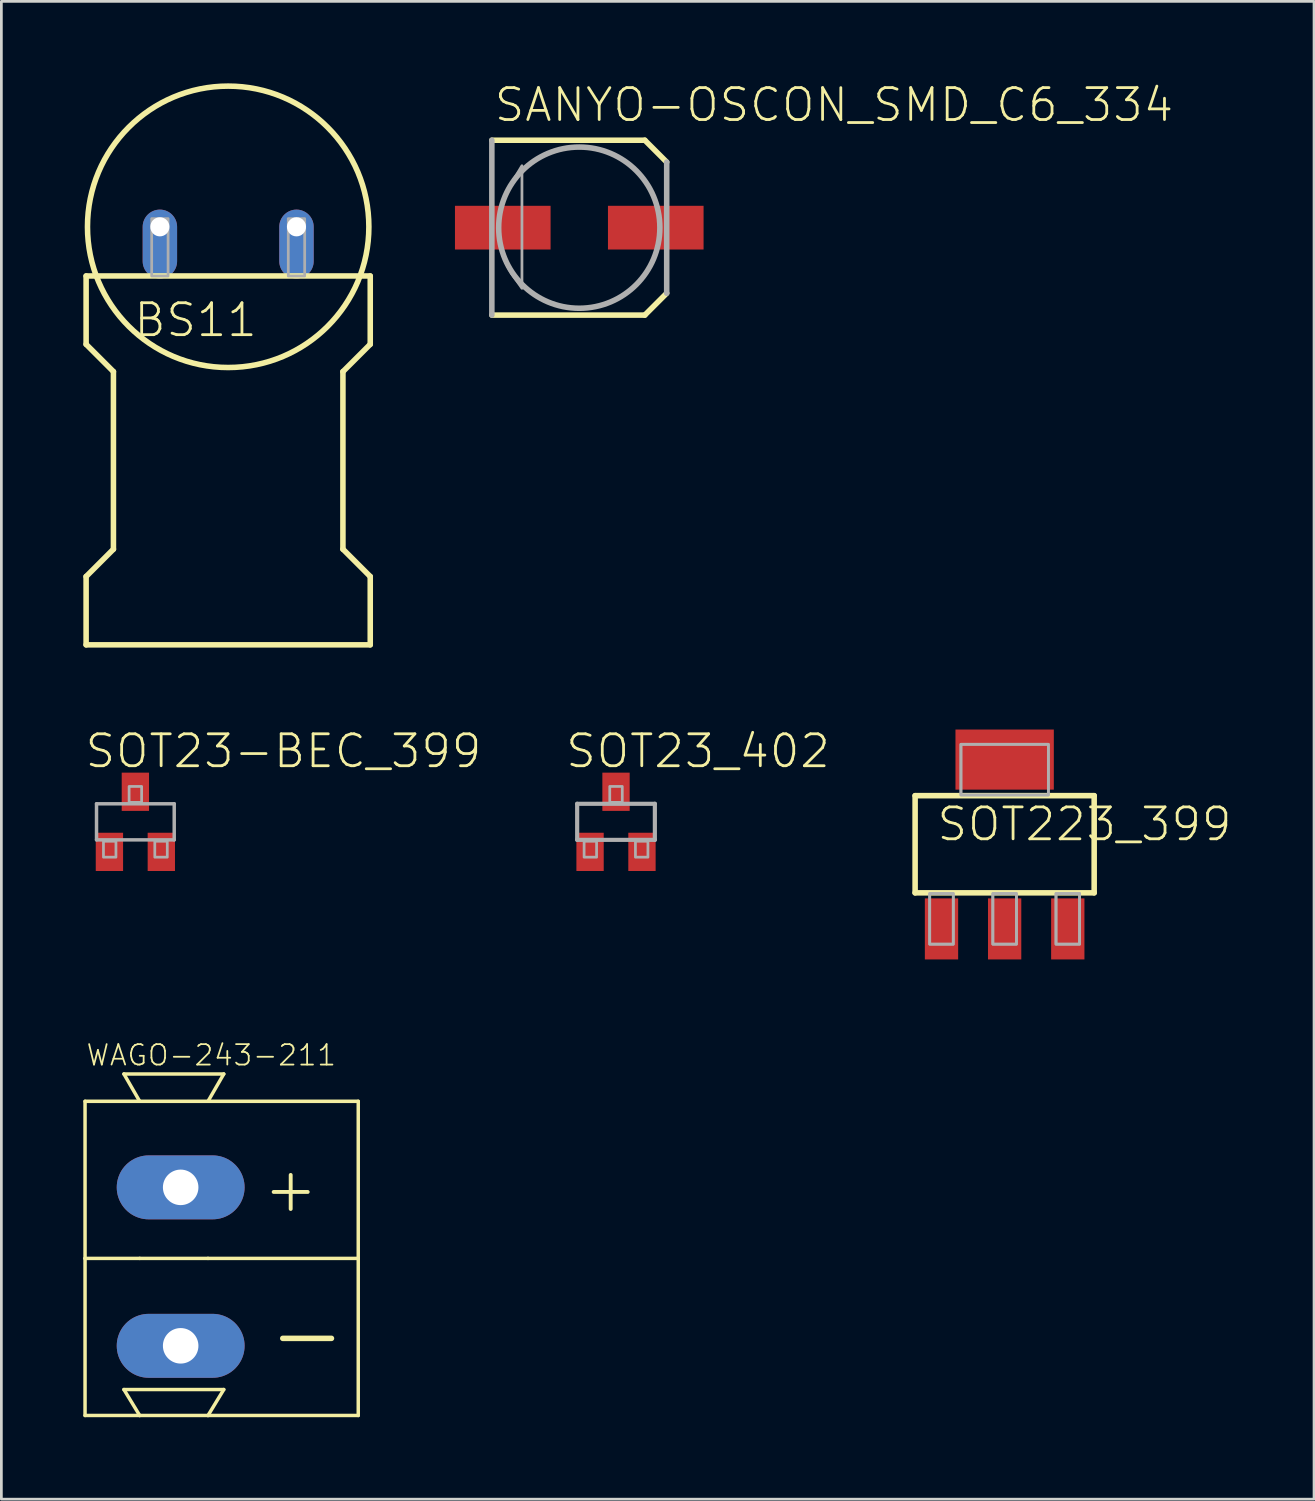
<source format=kicad_pcb>
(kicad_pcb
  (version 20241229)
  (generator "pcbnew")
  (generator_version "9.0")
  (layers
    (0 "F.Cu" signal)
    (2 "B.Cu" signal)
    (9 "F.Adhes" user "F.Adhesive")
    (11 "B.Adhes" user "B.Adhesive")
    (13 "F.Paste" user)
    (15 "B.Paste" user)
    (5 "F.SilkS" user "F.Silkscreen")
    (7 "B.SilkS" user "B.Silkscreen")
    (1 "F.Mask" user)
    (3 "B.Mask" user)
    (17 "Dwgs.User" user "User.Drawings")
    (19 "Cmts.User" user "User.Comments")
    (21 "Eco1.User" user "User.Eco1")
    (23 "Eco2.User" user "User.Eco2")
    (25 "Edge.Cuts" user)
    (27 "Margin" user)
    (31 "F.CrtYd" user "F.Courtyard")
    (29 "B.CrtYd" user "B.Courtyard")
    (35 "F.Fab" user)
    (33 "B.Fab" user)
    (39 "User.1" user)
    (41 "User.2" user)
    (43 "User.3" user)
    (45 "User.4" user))
  (footprint "SOT223_399"
    (layer "F.Cu")
    (at 33.723 27.852)
    (property "Reference" "SOT223_399" (at -2.54 -0.051 0) (unlocked yes) (layer "F.SilkS") (effects (font (size 1.168 1.168) (thickness 0.102)) (justify left bottom)))
    (fp_line (start -3.277 -1.778) (end 3.277 -1.778) (stroke (width 0.203) (type solid)) (layer "F.SilkS"))
    (fp_line (start -3.277 1.778) (end -3.277 -1.778) (stroke (width 0.203) (type solid)) (layer "F.SilkS"))
    (fp_line (start 3.277 -1.778) (end 3.277 1.778) (stroke (width 0.203) (type solid)) (layer "F.SilkS"))
    (fp_line (start 3.277 1.778) (end -3.277 1.778) (stroke (width 0.203) (type solid)) (layer "F.SilkS"))
    (fp_poly (pts (xy -2.743 3.658) (xy -1.88 3.658) (xy -1.88 1.803) (xy -2.743 1.803)) (stroke (width 0.1) (type default)) (fill no) (layer "F.Fab"))
    (fp_poly (pts (xy -2.743 3.658) (xy -1.88 3.658) (xy -1.88 1.803) (xy -2.743 1.803)) (stroke (width 0.1) (type default)) (fill no) (layer "F.Fab"))
    (fp_poly (pts (xy -1.6 -1.803) (xy 1.6 -1.803) (xy 1.6 -3.658) (xy -1.6 -3.658)) (stroke (width 0.1) (type default)) (fill no) (layer "F.Fab"))
    (fp_poly (pts (xy -1.6 -1.803) (xy 1.6 -1.803) (xy 1.6 -3.658) (xy -1.6 -3.658)) (stroke (width 0.1) (type default)) (fill no) (layer "F.Fab"))
    (fp_poly (pts (xy -0.432 3.658) (xy 0.432 3.658) (xy 0.432 1.803) (xy -0.432 1.803)) (stroke (width 0.1) (type default)) (fill no) (layer "F.Fab"))
    (fp_poly (pts (xy -0.432 3.658) (xy 0.432 3.658) (xy 0.432 1.803) (xy -0.432 1.803)) (stroke (width 0.1) (type default)) (fill no) (layer "F.Fab"))
    (fp_poly (pts (xy 1.88 3.658) (xy 2.743 3.658) (xy 2.743 1.803) (xy 1.88 1.803)) (stroke (width 0.1) (type default)) (fill no) (layer "F.Fab"))
    (fp_poly (pts (xy 1.88 3.658) (xy 2.743 3.658) (xy 2.743 1.803) (xy 1.88 1.803)) (stroke (width 0.1) (type default)) (fill no) (layer "F.Fab"))
    (pad "1" smd rect (at -2.311 3.099) (size 1.219 2.235) (layers "F.Cu" "F.Mask" "F.Paste"))
    (pad "2" smd rect (at 0 3.099) (size 1.219 2.235) (layers "F.Cu" "F.Mask" "F.Paste"))
    (pad "3" smd rect (at 2.311 3.099) (size 1.219 2.235) (layers "F.Cu" "F.Mask" "F.Paste"))
    (pad "4" smd rect (at 0 -3.099) (size 3.6 2.2) (layers "F.Cu" "F.Mask" "F.Paste")))
  (footprint "SOT23-BEC_399"
    (layer "F.Cu")
    (at 1.905 27.031)
    (property "Reference" "SOT23-BEC_399" (at -1.905 -1.905 0) (unlocked yes) (layer "F.SilkS") (effects (font (size 1.168 1.168) (thickness 0.102)) (justify left bottom)))
    (fp_line (start -1.422 -0.66) (end 1.422 -0.66) (stroke (width 0.127) (type solid)) (layer "F.Fab"))
    (fp_line (start -1.422 0.66) (end -1.422 -0.66) (stroke (width 0.127) (type solid)) (layer "F.Fab"))
    (fp_line (start 1.422 -0.66) (end 1.422 0.66) (stroke (width 0.127) (type solid)) (layer "F.Fab"))
    (fp_line (start 1.422 0.66) (end -1.422 0.66) (stroke (width 0.127) (type solid)) (layer "F.Fab"))
    (fp_poly (pts (xy -1.168 1.295) (xy -0.711 1.295) (xy -0.711 0.711) (xy -1.168 0.711)) (stroke (width 0.1) (type default)) (fill no) (layer "F.Fab"))
    (fp_poly (pts (xy -0.229 -0.711) (xy 0.229 -0.711) (xy 0.229 -1.295) (xy -0.229 -1.295)) (stroke (width 0.1) (type default)) (fill no) (layer "F.Fab"))
    (fp_poly (pts (xy 0.711 1.295) (xy 1.168 1.295) (xy 1.168 0.711) (xy 0.711 0.711)) (stroke (width 0.1) (type default)) (fill no) (layer "F.Fab"))
    (pad "B" smd rect (at -0.95 1.1) (size 1 1.4) (layers "F.Cu" "F.Mask" "F.Paste"))
    (pad "C" smd rect (at 0 -1.1) (size 1 1.4) (layers "F.Cu" "F.Mask" "F.Paste"))
    (pad "E" smd rect (at 0.95 1.1) (size 1 1.4) (layers "F.Cu" "F.Mask" "F.Paste")))
  (footprint "SOT23_402"
    (layer "F.Cu")
    (at 19.498 27.031)
    (property "Reference" "SOT23_402" (at -1.905 -1.905 0) (unlocked yes) (layer "F.SilkS") (effects (font (size 1.168 1.168) (thickness 0.102)) (justify left bottom)))
    (fp_line (start -1.422 -0.66) (end 1.422 -0.66) (stroke (width 0.152) (type solid)) (layer "F.Fab"))
    (fp_line (start -1.422 0.66) (end -1.422 -0.66) (stroke (width 0.152) (type solid)) (layer "F.Fab"))
    (fp_line (start 1.422 -0.66) (end 1.422 0.66) (stroke (width 0.152) (type solid)) (layer "F.Fab"))
    (fp_line (start 1.422 0.66) (end -1.422 0.66) (stroke (width 0.152) (type solid)) (layer "F.Fab"))
    (fp_poly (pts (xy -1.168 1.295) (xy -0.711 1.295) (xy -0.711 0.711) (xy -1.168 0.711)) (stroke (width 0.1) (type default)) (fill no) (layer "F.Fab"))
    (fp_poly (pts (xy -0.229 -0.711) (xy 0.229 -0.711) (xy 0.229 -1.295) (xy -0.229 -1.295)) (stroke (width 0.1) (type default)) (fill no) (layer "F.Fab"))
    (fp_poly (pts (xy 0.711 1.295) (xy 1.168 1.295) (xy 1.168 0.711) (xy 0.711 0.711)) (stroke (width 0.1) (type default)) (fill no) (layer "F.Fab"))
    (pad "1" smd rect (at -0.95 1.1) (size 1 1.4) (layers "F.Cu" "F.Mask" "F.Paste"))
    (pad "2" smd rect (at 0.95 1.1) (size 1 1.4) (layers "F.Cu" "F.Mask" "F.Paste"))
    (pad "3" smd rect (at 0 -1.1) (size 1 1.4) (layers "F.Cu" "F.Mask" "F.Paste")))
  (footprint "WAGO-243-211"
    (layer "F.Cu")
    (at 3.563 43.061)
    (property "Reference" "WAGO-243-211" (at -3.5 -7.05 0) (unlocked yes) (layer "F.SilkS") (effects (font (size 0.748 0.748) (thickness 0.065)) (justify left bottom)))
    (fp_line (start -3.5 -5.8) (end -1.5 -5.8) (stroke (width 0.127) (type solid)) (layer "F.SilkS"))
    (fp_line (start -3.5 -0.05) (end -3.5 -5.8) (stroke (width 0.127) (type solid)) (layer "F.SilkS"))
    (fp_line (start -3.5 -0.05) (end -1.5 -0.05) (stroke (width 0.127) (type solid)) (layer "F.SilkS"))
    (fp_line (start -3.5 5.7) (end -3.5 -0.05) (stroke (width 0.127) (type solid)) (layer "F.SilkS"))
    (fp_line (start -3.5 5.7) (end -1.5 5.7) (stroke (width 0.127) (type solid)) (layer "F.SilkS"))
    (fp_line (start -2.077 -6.8) (end 1.578 -6.8) (stroke (width 0.127) (type solid)) (layer "F.SilkS"))
    (fp_line (start -2.077 4.75) (end 1.578 4.75) (stroke (width 0.127) (type solid)) (layer "F.SilkS"))
    (fp_line (start -1.5 -5.8) (end -2.077 -6.8) (stroke (width 0.127) (type solid)) (layer "F.SilkS"))
    (fp_line (start -1.5 -5.8) (end 1 -5.8) (stroke (width 0.127) (type solid)) (layer "F.SilkS"))
    (fp_line (start -1.5 -0.05) (end 1 -0.05) (stroke (width 0.127) (type solid)) (layer "F.SilkS"))
    (fp_line (start -1.5 5.7) (end -2.077 4.75) (stroke (width 0.127) (type solid)) (layer "F.SilkS"))
    (fp_line (start -1.5 5.7) (end 1 5.7) (stroke (width 0.127) (type solid)) (layer "F.SilkS"))
    (fp_line (start 1 -5.8) (end 1.578 -6.8) (stroke (width 0.127) (type solid)) (layer "F.SilkS"))
    (fp_line (start 1 -5.8) (end 6.5 -5.8) (stroke (width 0.127) (type solid)) (layer "F.SilkS"))
    (fp_line (start 1 -0.05) (end 6.5 -0.05) (stroke (width 0.127) (type solid)) (layer "F.SilkS"))
    (fp_line (start 1 5.7) (end 1.578 4.75) (stroke (width 0.127) (type solid)) (layer "F.SilkS"))
    (fp_line (start 1 5.7) (end 6.5 5.7) (stroke (width 0.127) (type solid)) (layer "F.SilkS"))
    (fp_line (start 6.5 -5.8) (end 6.5 -0.05) (stroke (width 0.127) (type solid)) (layer "F.SilkS"))
    (fp_line (start 6.5 -0.05) (end 6.5 5.7) (stroke (width 0.127) (type solid)) (layer "F.SilkS"))
    (fp_text user "+" (at 2.921 -1.651 0) (unlocked yes) (layer "F.SilkS") (effects (font (size 1.636 1.636) (thickness 0.142)) (justify left bottom)))
    (fp_text user "-" (at 3.048 4.064 0) (unlocked yes) (layer "F.SilkS") (effects (font (size 2.337 2.337) (thickness 0.203)) (justify left bottom)))
    (pad "1+" thru_hole oval (at 0 -2.65 180) (size 4.68 2.34) (drill 1.3) (layers "*.Cu" "*.Mask"))
    (pad "2-" thru_hole oval (at 0 3.15 180) (size 4.68 2.34) (drill 1.3) (layers "*.Cu" "*.Mask")))
  (footprint "BS11"
    (layer "F.Cu")
    (at 5.302 5.252)
    (property "Reference" "BS11" (at -3.512 4.096 0) (unlocked yes) (layer "F.SilkS") (effects (font (size 1.168 1.168) (thickness 0.102)) (justify left bottom)))
    (fp_line (start -5.2 1.8) (end 5.2 1.8) (stroke (width 0.203) (type solid)) (layer "F.SilkS"))
    (fp_line (start -5.2 4.3) (end -5.2 1.8) (stroke (width 0.203) (type solid)) (layer "F.SilkS"))
    (fp_line (start -5.2 4.3) (end -4.2 5.3) (stroke (width 0.203) (type solid)) (layer "F.SilkS"))
    (fp_line (start -5.2 15.3) (end -5.2 12.8) (stroke (width 0.203) (type solid)) (layer "F.SilkS"))
    (fp_line (start -4.2 5.3) (end -4.2 11.8) (stroke (width 0.203) (type solid)) (layer "F.SilkS"))
    (fp_line (start -4.2 11.8) (end -5.2 12.8) (stroke (width 0.203) (type solid)) (layer "F.SilkS"))
    (fp_line (start 4.2 5.3) (end 4.2 11.8) (stroke (width 0.203) (type solid)) (layer "F.SilkS"))
    (fp_line (start 4.2 11.8) (end 5.2 12.8) (stroke (width 0.203) (type solid)) (layer "F.SilkS"))
    (fp_line (start 5.2 1.8) (end 5.2 4.3) (stroke (width 0.203) (type solid)) (layer "F.SilkS"))
    (fp_line (start 5.2 4.3) (end 4.2 5.3) (stroke (width 0.203) (type solid)) (layer "F.SilkS"))
    (fp_line (start 5.2 12.8) (end 5.2 15.3) (stroke (width 0.203) (type solid)) (layer "F.SilkS"))
    (fp_line (start 5.2 15.3) (end -5.2 15.3) (stroke (width 0.203) (type solid)) (layer "F.SilkS"))
    (fp_circle (center 0 0) (end 5.15 0) (stroke (width 0.203) (type solid)) (fill no) (layer "F.SilkS"))
    (fp_poly (pts (xy -2.8 1.8) (xy -2.2 1.8) (xy -2.2 -0.3) (xy -2.8 -0.3)) (stroke (width 0.1) (type default)) (fill no) (layer "F.Fab"))
    (fp_poly (pts (xy 2.2 1.8) (xy 2.8 1.8) (xy 2.8 -0.3) (xy 2.2 -0.3)) (stroke (width 0.1) (type default)) (fill no) (layer "F.Fab"))
    (pad "1" thru_hole oval (at -2.5 0 270) (size 2.52 1.26) (drill 0.7 (offset 0.63 0)) (layers "*.Cu" "*.Mask"))
    (pad "2" thru_hole oval (at 2.5 0 270) (size 2.52 1.26) (drill 0.7 (offset 0.63 0)) (layers "*.Cu" "*.Mask")))
  (footprint "SANYO-OSCON_SMD_C6_334"
    (layer "F.Cu")
    (at 18.153 5.283)
    (property "Reference" "SANYO-OSCON_SMD_C6_334" (at -3.175 -3.81 0) (unlocked yes) (layer "F.SilkS") (effects (font (size 1.168 1.168) (thickness 0.102)) (justify left bottom)))
    (fp_line (start -3.2 -3.2) (end 2.4 -3.2) (stroke (width 0.203) (type solid)) (layer "F.SilkS"))
    (fp_line (start 2.4 -3.2) (end 3.2 -2.4) (stroke (width 0.203) (type solid)) (layer "F.SilkS"))
    (fp_line (start 2.4 3.2) (end -3.2 3.2) (stroke (width 0.203) (type solid)) (layer "F.SilkS"))
    (fp_line (start 3.2 2.4) (end 2.4 3.2) (stroke (width 0.203) (type solid)) (layer "F.SilkS"))
    (fp_line (start -3.2 3.2) (end -3.2 -3.2) (stroke (width 0.203) (type solid)) (layer "F.Fab"))
    (fp_line (start 3.2 -2.4) (end 3.2 2.4) (stroke (width 0.203) (type solid)) (layer "F.Fab"))
    (fp_circle (center 0 0) (end 2.95 0) (stroke (width 0.203) (type solid)) (fill no) (layer "F.Fab"))
    (fp_poly (pts (xy -2.098 2.22) (xy -2.483 1.675) (xy -2.652 1.366) (xy -2.785 1.039) (xy -2.88 0.699) (xy -2.936 0.351) (xy -2.952 -0.001) (xy -2.928 -0.352) (xy -2.868 -0.697) (xy -2.772 -1.035) (xy -2.64 -1.363) (xy -2.098 -2.267)) (stroke (width 0.1) (type default)) (fill no) (layer "F.Fab"))
    (pad "+" smd rect (at 2.8 0) (size 3.5 1.6) (layers "F.Cu" "F.Mask" "F.Paste"))
    (pad "-" smd rect (at -2.8 0) (size 3.5 1.6) (layers "F.Cu" "F.Mask" "F.Paste")))
  (gr_rect
    (start -3 -3)
    (end 45.048 51.825)
    (stroke (width 0.1) (type default))
    (fill no)
    (layer "Edge.Cuts")))
</source>
